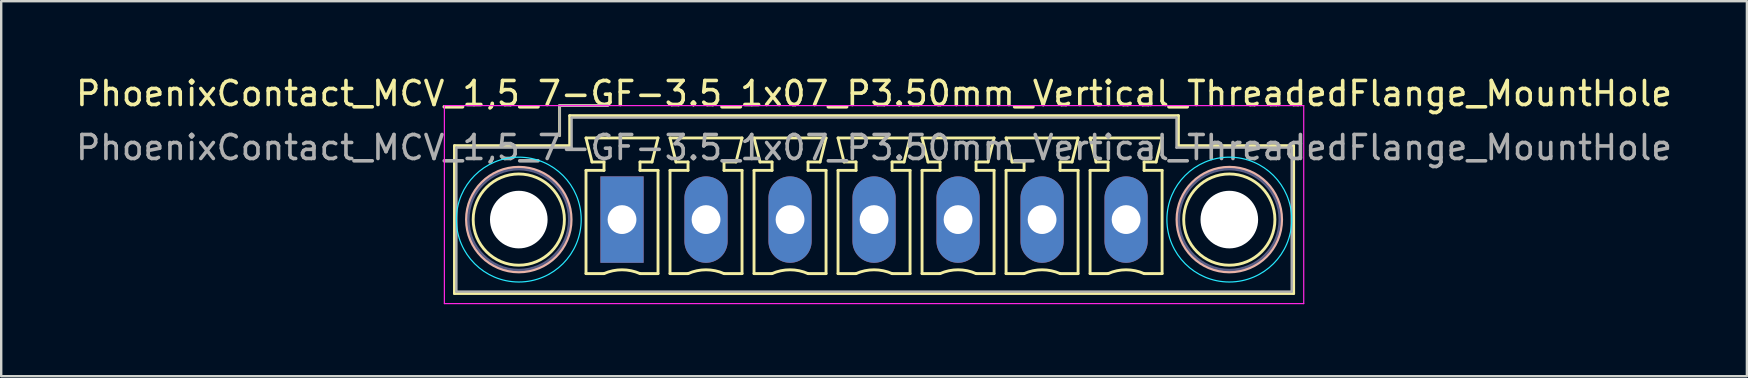
<source format=kicad_pcb>
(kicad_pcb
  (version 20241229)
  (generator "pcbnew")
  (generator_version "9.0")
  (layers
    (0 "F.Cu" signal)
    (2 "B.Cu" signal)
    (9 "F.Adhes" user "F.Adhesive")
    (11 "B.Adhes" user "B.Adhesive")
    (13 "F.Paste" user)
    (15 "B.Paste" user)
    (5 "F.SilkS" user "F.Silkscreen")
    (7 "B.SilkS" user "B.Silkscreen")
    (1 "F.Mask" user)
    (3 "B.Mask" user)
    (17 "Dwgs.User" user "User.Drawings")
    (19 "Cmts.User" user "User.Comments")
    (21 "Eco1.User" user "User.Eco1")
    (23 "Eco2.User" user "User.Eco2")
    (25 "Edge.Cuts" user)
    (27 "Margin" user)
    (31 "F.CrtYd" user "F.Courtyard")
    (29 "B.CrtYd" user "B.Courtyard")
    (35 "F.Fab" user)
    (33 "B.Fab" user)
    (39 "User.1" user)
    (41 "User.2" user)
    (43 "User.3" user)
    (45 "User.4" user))
  (footprint "PhoenixContact_MCV_1,5_7-GF-3.5_1x07_P3.50mm_Vertical_ThreadedFlange_MountHole"
    (layer "F.Cu")
    (at 22.863 6.098)
    (property "Reference" "PhoenixContact_MCV_1,5_7-GF-3.5_1x07_P3.50mm_Vertical_ThreadedFlange_MountHole" (at 10.5 -5.25 0) (layer "F.SilkS") (effects (font (size 1 1) (thickness 0.15))))
    (attr through_hole)
    (fp_line (start -6.98 -3.08) (end -6.98 3.08) (stroke (width 0.12) (type solid)) (layer "F.SilkS"))
    (fp_line (start -6.98 3.08) (end 27.98 3.08) (stroke (width 0.12) (type solid)) (layer "F.SilkS"))
    (fp_line (start -2.6 -4.75) (end -0.6 -4.75) (stroke (width 0.12) (type solid)) (layer "F.SilkS"))
    (fp_line (start -2.6 -3.5) (end -2.6 -4.75) (stroke (width 0.12) (type solid)) (layer "F.SilkS"))
    (fp_line (start -2.18 -4.33) (end -2.18 -3.08) (stroke (width 0.12) (type solid)) (layer "F.SilkS"))
    (fp_line (start -2.18 -3.08) (end -6.98 -3.08) (stroke (width 0.12) (type solid)) (layer "F.SilkS"))
    (fp_line (start -1.5 -3.4) (end 1.5 -3.4) (stroke (width 0.12) (type solid)) (layer "F.SilkS"))
    (fp_line (start -1.5 -2.05) (end -0.75 -2.05) (stroke (width 0.12) (type solid)) (layer "F.SilkS"))
    (fp_line (start -1.5 2.25) (end -1.5 -2.05) (stroke (width 0.12) (type solid)) (layer "F.SilkS"))
    (fp_line (start -1.25 -2.4) (end -1.5 -3.4) (stroke (width 0.12) (type solid)) (layer "F.SilkS"))
    (fp_line (start -0.75 -2.4) (end -1.25 -2.4) (stroke (width 0.12) (type solid)) (layer "F.SilkS"))
    (fp_line (start -0.75 -2.05) (end -0.75 -2.4) (stroke (width 0.12) (type solid)) (layer "F.SilkS"))
    (fp_line (start -0.75 2.25) (end -1.5 2.25) (stroke (width 0.12) (type solid)) (layer "F.SilkS"))
    (fp_line (start 0.75 -2.4) (end 0.75 -2.05) (stroke (width 0.12) (type solid)) (layer "F.SilkS"))
    (fp_line (start 0.75 -2.05) (end 1.5 -2.05) (stroke (width 0.12) (type solid)) (layer "F.SilkS"))
    (fp_line (start 1.25 -2.4) (end 0.75 -2.4) (stroke (width 0.12) (type solid)) (layer "F.SilkS"))
    (fp_line (start 1.5 -3.4) (end 1.25 -2.4) (stroke (width 0.12) (type solid)) (layer "F.SilkS"))
    (fp_line (start 1.5 -2.05) (end 1.5 2.25) (stroke (width 0.12) (type solid)) (layer "F.SilkS"))
    (fp_line (start 1.5 2.25) (end 0.75 2.25) (stroke (width 0.12) (type solid)) (layer "F.SilkS"))
    (fp_line (start 2 -3.4) (end 5 -3.4) (stroke (width 0.12) (type solid)) (layer "F.SilkS"))
    (fp_line (start 2 -2.05) (end 2.75 -2.05) (stroke (width 0.12) (type solid)) (layer "F.SilkS"))
    (fp_line (start 2 2.25) (end 2 -2.05) (stroke (width 0.12) (type solid)) (layer "F.SilkS"))
    (fp_line (start 2.25 -2.4) (end 2 -3.4) (stroke (width 0.12) (type solid)) (layer "F.SilkS"))
    (fp_line (start 2.75 -2.4) (end 2.25 -2.4) (stroke (width 0.12) (type solid)) (layer "F.SilkS"))
    (fp_line (start 2.75 -2.05) (end 2.75 -2.4) (stroke (width 0.12) (type solid)) (layer "F.SilkS"))
    (fp_line (start 2.75 2.25) (end 2 2.25) (stroke (width 0.12) (type solid)) (layer "F.SilkS"))
    (fp_line (start 4.25 -2.4) (end 4.25 -2.05) (stroke (width 0.12) (type solid)) (layer "F.SilkS"))
    (fp_line (start 4.25 -2.05) (end 5 -2.05) (stroke (width 0.12) (type solid)) (layer "F.SilkS"))
    (fp_line (start 4.75 -2.4) (end 4.25 -2.4) (stroke (width 0.12) (type solid)) (layer "F.SilkS"))
    (fp_line (start 5 -3.4) (end 4.75 -2.4) (stroke (width 0.12) (type solid)) (layer "F.SilkS"))
    (fp_line (start 5 -2.05) (end 5 2.25) (stroke (width 0.12) (type solid)) (layer "F.SilkS"))
    (fp_line (start 5 2.25) (end 4.25 2.25) (stroke (width 0.12) (type solid)) (layer "F.SilkS"))
    (fp_line (start 5.5 -3.4) (end 8.5 -3.4) (stroke (width 0.12) (type solid)) (layer "F.SilkS"))
    (fp_line (start 5.5 -2.05) (end 6.25 -2.05) (stroke (width 0.12) (type solid)) (layer "F.SilkS"))
    (fp_line (start 5.5 2.25) (end 5.5 -2.05) (stroke (width 0.12) (type solid)) (layer "F.SilkS"))
    (fp_line (start 5.75 -2.4) (end 5.5 -3.4) (stroke (width 0.12) (type solid)) (layer "F.SilkS"))
    (fp_line (start 6.25 -2.4) (end 5.75 -2.4) (stroke (width 0.12) (type solid)) (layer "F.SilkS"))
    (fp_line (start 6.25 -2.05) (end 6.25 -2.4) (stroke (width 0.12) (type solid)) (layer "F.SilkS"))
    (fp_line (start 6.25 2.25) (end 5.5 2.25) (stroke (width 0.12) (type solid)) (layer "F.SilkS"))
    (fp_line (start 7.75 -2.4) (end 7.75 -2.05) (stroke (width 0.12) (type solid)) (layer "F.SilkS"))
    (fp_line (start 7.75 -2.05) (end 8.5 -2.05) (stroke (width 0.12) (type solid)) (layer "F.SilkS"))
    (fp_line (start 8.25 -2.4) (end 7.75 -2.4) (stroke (width 0.12) (type solid)) (layer "F.SilkS"))
    (fp_line (start 8.5 -3.4) (end 8.25 -2.4) (stroke (width 0.12) (type solid)) (layer "F.SilkS"))
    (fp_line (start 8.5 -2.05) (end 8.5 2.25) (stroke (width 0.12) (type solid)) (layer "F.SilkS"))
    (fp_line (start 8.5 2.25) (end 7.75 2.25) (stroke (width 0.12) (type solid)) (layer "F.SilkS"))
    (fp_line (start 9 -3.4) (end 12 -3.4) (stroke (width 0.12) (type solid)) (layer "F.SilkS"))
    (fp_line (start 9 -2.05) (end 9.75 -2.05) (stroke (width 0.12) (type solid)) (layer "F.SilkS"))
    (fp_line (start 9 2.25) (end 9 -2.05) (stroke (width 0.12) (type solid)) (layer "F.SilkS"))
    (fp_line (start 9.25 -2.4) (end 9 -3.4) (stroke (width 0.12) (type solid)) (layer "F.SilkS"))
    (fp_line (start 9.75 -2.4) (end 9.25 -2.4) (stroke (width 0.12) (type solid)) (layer "F.SilkS"))
    (fp_line (start 9.75 -2.05) (end 9.75 -2.4) (stroke (width 0.12) (type solid)) (layer "F.SilkS"))
    (fp_line (start 9.75 2.25) (end 9 2.25) (stroke (width 0.12) (type solid)) (layer "F.SilkS"))
    (fp_line (start 11.25 -2.4) (end 11.25 -2.05) (stroke (width 0.12) (type solid)) (layer "F.SilkS"))
    (fp_line (start 11.25 -2.05) (end 12 -2.05) (stroke (width 0.12) (type solid)) (layer "F.SilkS"))
    (fp_line (start 11.75 -2.4) (end 11.25 -2.4) (stroke (width 0.12) (type solid)) (layer "F.SilkS"))
    (fp_line (start 12 -3.4) (end 11.75 -2.4) (stroke (width 0.12) (type solid)) (layer "F.SilkS"))
    (fp_line (start 12 -2.05) (end 12 2.25) (stroke (width 0.12) (type solid)) (layer "F.SilkS"))
    (fp_line (start 12 2.25) (end 11.25 2.25) (stroke (width 0.12) (type solid)) (layer "F.SilkS"))
    (fp_line (start 12.5 -3.4) (end 15.5 -3.4) (stroke (width 0.12) (type solid)) (layer "F.SilkS"))
    (fp_line (start 12.5 -2.05) (end 13.25 -2.05) (stroke (width 0.12) (type solid)) (layer "F.SilkS"))
    (fp_line (start 12.5 2.25) (end 12.5 -2.05) (stroke (width 0.12) (type solid)) (layer "F.SilkS"))
    (fp_line (start 12.75 -2.4) (end 12.5 -3.4) (stroke (width 0.12) (type solid)) (layer "F.SilkS"))
    (fp_line (start 13.25 -2.4) (end 12.75 -2.4) (stroke (width 0.12) (type solid)) (layer "F.SilkS"))
    (fp_line (start 13.25 -2.05) (end 13.25 -2.4) (stroke (width 0.12) (type solid)) (layer "F.SilkS"))
    (fp_line (start 13.25 2.25) (end 12.5 2.25) (stroke (width 0.12) (type solid)) (layer "F.SilkS"))
    (fp_line (start 14.75 -2.4) (end 14.75 -2.05) (stroke (width 0.12) (type solid)) (layer "F.SilkS"))
    (fp_line (start 14.75 -2.05) (end 15.5 -2.05) (stroke (width 0.12) (type solid)) (layer "F.SilkS"))
    (fp_line (start 15.25 -2.4) (end 14.75 -2.4) (stroke (width 0.12) (type solid)) (layer "F.SilkS"))
    (fp_line (start 15.5 -3.4) (end 15.25 -2.4) (stroke (width 0.12) (type solid)) (layer "F.SilkS"))
    (fp_line (start 15.5 -2.05) (end 15.5 2.25) (stroke (width 0.12) (type solid)) (layer "F.SilkS"))
    (fp_line (start 15.5 2.25) (end 14.75 2.25) (stroke (width 0.12) (type solid)) (layer "F.SilkS"))
    (fp_line (start 16 -3.4) (end 19 -3.4) (stroke (width 0.12) (type solid)) (layer "F.SilkS"))
    (fp_line (start 16 -2.05) (end 16.75 -2.05) (stroke (width 0.12) (type solid)) (layer "F.SilkS"))
    (fp_line (start 16 2.25) (end 16 -2.05) (stroke (width 0.12) (type solid)) (layer "F.SilkS"))
    (fp_line (start 16.25 -2.4) (end 16 -3.4) (stroke (width 0.12) (type solid)) (layer "F.SilkS"))
    (fp_line (start 16.75 -2.4) (end 16.25 -2.4) (stroke (width 0.12) (type solid)) (layer "F.SilkS"))
    (fp_line (start 16.75 -2.05) (end 16.75 -2.4) (stroke (width 0.12) (type solid)) (layer "F.SilkS"))
    (fp_line (start 16.75 2.25) (end 16 2.25) (stroke (width 0.12) (type solid)) (layer "F.SilkS"))
    (fp_line (start 18.25 -2.4) (end 18.25 -2.05) (stroke (width 0.12) (type solid)) (layer "F.SilkS"))
    (fp_line (start 18.25 -2.05) (end 19 -2.05) (stroke (width 0.12) (type solid)) (layer "F.SilkS"))
    (fp_line (start 18.75 -2.4) (end 18.25 -2.4) (stroke (width 0.12) (type solid)) (layer "F.SilkS"))
    (fp_line (start 19 -3.4) (end 18.75 -2.4) (stroke (width 0.12) (type solid)) (layer "F.SilkS"))
    (fp_line (start 19 -2.05) (end 19 2.25) (stroke (width 0.12) (type solid)) (layer "F.SilkS"))
    (fp_line (start 19 2.25) (end 18.25 2.25) (stroke (width 0.12) (type solid)) (layer "F.SilkS"))
    (fp_line (start 19.5 -3.4) (end 22.5 -3.4) (stroke (width 0.12) (type solid)) (layer "F.SilkS"))
    (fp_line (start 19.5 -2.05) (end 20.25 -2.05) (stroke (width 0.12) (type solid)) (layer "F.SilkS"))
    (fp_line (start 19.5 2.25) (end 19.5 -2.05) (stroke (width 0.12) (type solid)) (layer "F.SilkS"))
    (fp_line (start 19.75 -2.4) (end 19.5 -3.4) (stroke (width 0.12) (type solid)) (layer "F.SilkS"))
    (fp_line (start 20.25 -2.4) (end 19.75 -2.4) (stroke (width 0.12) (type solid)) (layer "F.SilkS"))
    (fp_line (start 20.25 -2.05) (end 20.25 -2.4) (stroke (width 0.12) (type solid)) (layer "F.SilkS"))
    (fp_line (start 20.25 2.25) (end 19.5 2.25) (stroke (width 0.12) (type solid)) (layer "F.SilkS"))
    (fp_line (start 21.75 -2.4) (end 21.75 -2.05) (stroke (width 0.12) (type solid)) (layer "F.SilkS"))
    (fp_line (start 21.75 -2.05) (end 22.5 -2.05) (stroke (width 0.12) (type solid)) (layer "F.SilkS"))
    (fp_line (start 22.25 -2.4) (end 21.75 -2.4) (stroke (width 0.12) (type solid)) (layer "F.SilkS"))
    (fp_line (start 22.5 -3.4) (end 22.25 -2.4) (stroke (width 0.12) (type solid)) (layer "F.SilkS"))
    (fp_line (start 22.5 -2.05) (end 22.5 2.25) (stroke (width 0.12) (type solid)) (layer "F.SilkS"))
    (fp_line (start 22.5 2.25) (end 21.75 2.25) (stroke (width 0.12) (type solid)) (layer "F.SilkS"))
    (fp_line (start 23.18 -4.33) (end -2.18 -4.33) (stroke (width 0.12) (type solid)) (layer "F.SilkS"))
    (fp_line (start 23.18 -3.08) (end 23.18 -4.33) (stroke (width 0.12) (type solid)) (layer "F.SilkS"))
    (fp_line (start 27.98 -3.08) (end 23.18 -3.08) (stroke (width 0.12) (type solid)) (layer "F.SilkS"))
    (fp_line (start 27.98 3.08) (end 27.98 -3.08) (stroke (width 0.12) (type solid)) (layer "F.SilkS"))
    (fp_arc (start -0.75 2.25) (mid -0.000193 2.09191) (end 0.749647 2.249844) (stroke (width 0.12) (type solid)) (layer "F.SilkS"))
    (fp_arc (start 2.75 2.25) (mid 3.499807 2.09191) (end 4.249647 2.249844) (stroke (width 0.12) (type solid)) (layer "F.SilkS"))
    (fp_arc (start 6.25 2.25) (mid 6.999807 2.09191) (end 7.749647 2.249844) (stroke (width 0.12) (type solid)) (layer "F.SilkS"))
    (fp_arc (start 9.75 2.25) (mid 10.499807 2.09191) (end 11.249647 2.249844) (stroke (width 0.12) (type solid)) (layer "F.SilkS"))
    (fp_arc (start 13.25 2.25) (mid 13.999807 2.09191) (end 14.749647 2.249844) (stroke (width 0.12) (type solid)) (layer "F.SilkS"))
    (fp_arc (start 16.75 2.25) (mid 17.499807 2.09191) (end 18.249647 2.249844) (stroke (width 0.12) (type solid)) (layer "F.SilkS"))
    (fp_arc (start 20.25 2.25) (mid 20.999807 2.09191) (end 21.749647 2.249844) (stroke (width 0.12) (type solid)) (layer "F.SilkS"))
    (fp_circle (center -4.3 0) (end -2.4 0) (stroke (width 0.12) (type solid)) (fill no) (layer "F.SilkS"))
    (fp_circle (center 25.3 0) (end 27.2 0) (stroke (width 0.12) (type solid)) (fill no) (layer "F.SilkS"))
    (fp_circle (center -4.3 0) (end -2.12 0) (stroke (width 0.12) (type solid)) (fill no) (layer "B.SilkS"))
    (fp_circle (center 25.3 0) (end 27.48 0) (stroke (width 0.12) (type solid)) (fill no) (layer "B.SilkS"))
    (fp_circle (center -4.3 0) (end -1.7 0) (stroke (width 0.05) (type solid)) (fill no) (layer "B.CrtYd"))
    (fp_circle (center 25.3 0) (end 27.9 0) (stroke (width 0.05) (type solid)) (fill no) (layer "B.CrtYd"))
    (fp_line (start -7.4 -4.75) (end -7.4 3.5) (stroke (width 0.05) (type solid)) (layer "F.CrtYd"))
    (fp_line (start -7.4 3.5) (end 28.4 3.5) (stroke (width 0.05) (type solid)) (layer "F.CrtYd"))
    (fp_line (start 28.4 -4.75) (end -7.4 -4.75) (stroke (width 0.05) (type solid)) (layer "F.CrtYd"))
    (fp_line (start 28.4 3.5) (end 28.4 -4.75) (stroke (width 0.05) (type solid)) (layer "F.CrtYd"))
    (fp_circle (center -4.3 0) (end -2.2 0) (stroke (width 0.1) (type solid)) (fill no) (layer "B.Fab"))
    (fp_circle (center 25.3 0) (end 27.4 0) (stroke (width 0.1) (type solid)) (fill no) (layer "B.Fab"))
    (fp_line (start -6.9 -3) (end -6.9 3) (stroke (width 0.1) (type solid)) (layer "F.Fab"))
    (fp_line (start -6.9 3) (end 27.9 3) (stroke (width 0.1) (type solid)) (layer "F.Fab"))
    (fp_line (start -2.6 -4.75) (end -0.6 -4.75) (stroke (width 0.1) (type solid)) (layer "F.Fab"))
    (fp_line (start -2.6 -3.5) (end -2.6 -4.75) (stroke (width 0.1) (type solid)) (layer "F.Fab"))
    (fp_line (start -2.1 -4.25) (end -2.1 -3) (stroke (width 0.1) (type solid)) (layer "F.Fab"))
    (fp_line (start -2.1 -3) (end -6.9 -3) (stroke (width 0.1) (type solid)) (layer "F.Fab"))
    (fp_line (start 23.1 -4.25) (end -2.1 -4.25) (stroke (width 0.1) (type solid)) (layer "F.Fab"))
    (fp_line (start 23.1 -3) (end 23.1 -4.25) (stroke (width 0.1) (type solid)) (layer "F.Fab"))
    (fp_line (start 27.9 -3) (end 23.1 -3) (stroke (width 0.1) (type solid)) (layer "F.Fab"))
    (fp_line (start 27.9 3) (end 27.9 -3) (stroke (width 0.1) (type solid)) (layer "F.Fab"))
    (fp_text user "${REFERENCE}" (at 10.5 -3 0) (layer "F.Fab") (effects (font (size 1 1) (thickness 0.15))))
    (pad "" np_thru_hole circle (at -4.3 0) (size 2.4 2.4) (drill 2.4) (layers "*.Cu" "*.Mask"))
    (pad "" np_thru_hole circle (at 25.3 0) (size 2.4 2.4) (drill 2.4) (layers "*.Cu" "*.Mask"))
    (pad "1" thru_hole rect (at 0 0) (size 1.8 3.6) (drill 1.2) (layers "*.Cu" "*.Mask"))
    (pad "2" thru_hole oval (at 3.5 0) (size 1.8 3.6) (drill 1.2) (layers "*.Cu" "*.Mask"))
    (pad "3" thru_hole oval (at 7 0) (size 1.8 3.6) (drill 1.2) (layers "*.Cu" "*.Mask"))
    (pad "4" thru_hole oval (at 10.5 0) (size 1.8 3.6) (drill 1.2) (layers "*.Cu" "*.Mask"))
    (pad "5" thru_hole oval (at 14 0) (size 1.8 3.6) (drill 1.2) (layers "*.Cu" "*.Mask"))
    (pad "6" thru_hole oval (at 17.5 0) (size 1.8 3.6) (drill 1.2) (layers "*.Cu" "*.Mask"))
    (pad "7" thru_hole oval (at 21 0) (size 1.8 3.6) (drill 1.2) (layers "*.Cu" "*.Mask")))
  (gr_rect
    (start -3 -3)
    (end 69.726 12.623)
    (stroke (width 0.1) (type default))
    (fill no)
    (layer "Edge.Cuts")))
</source>
